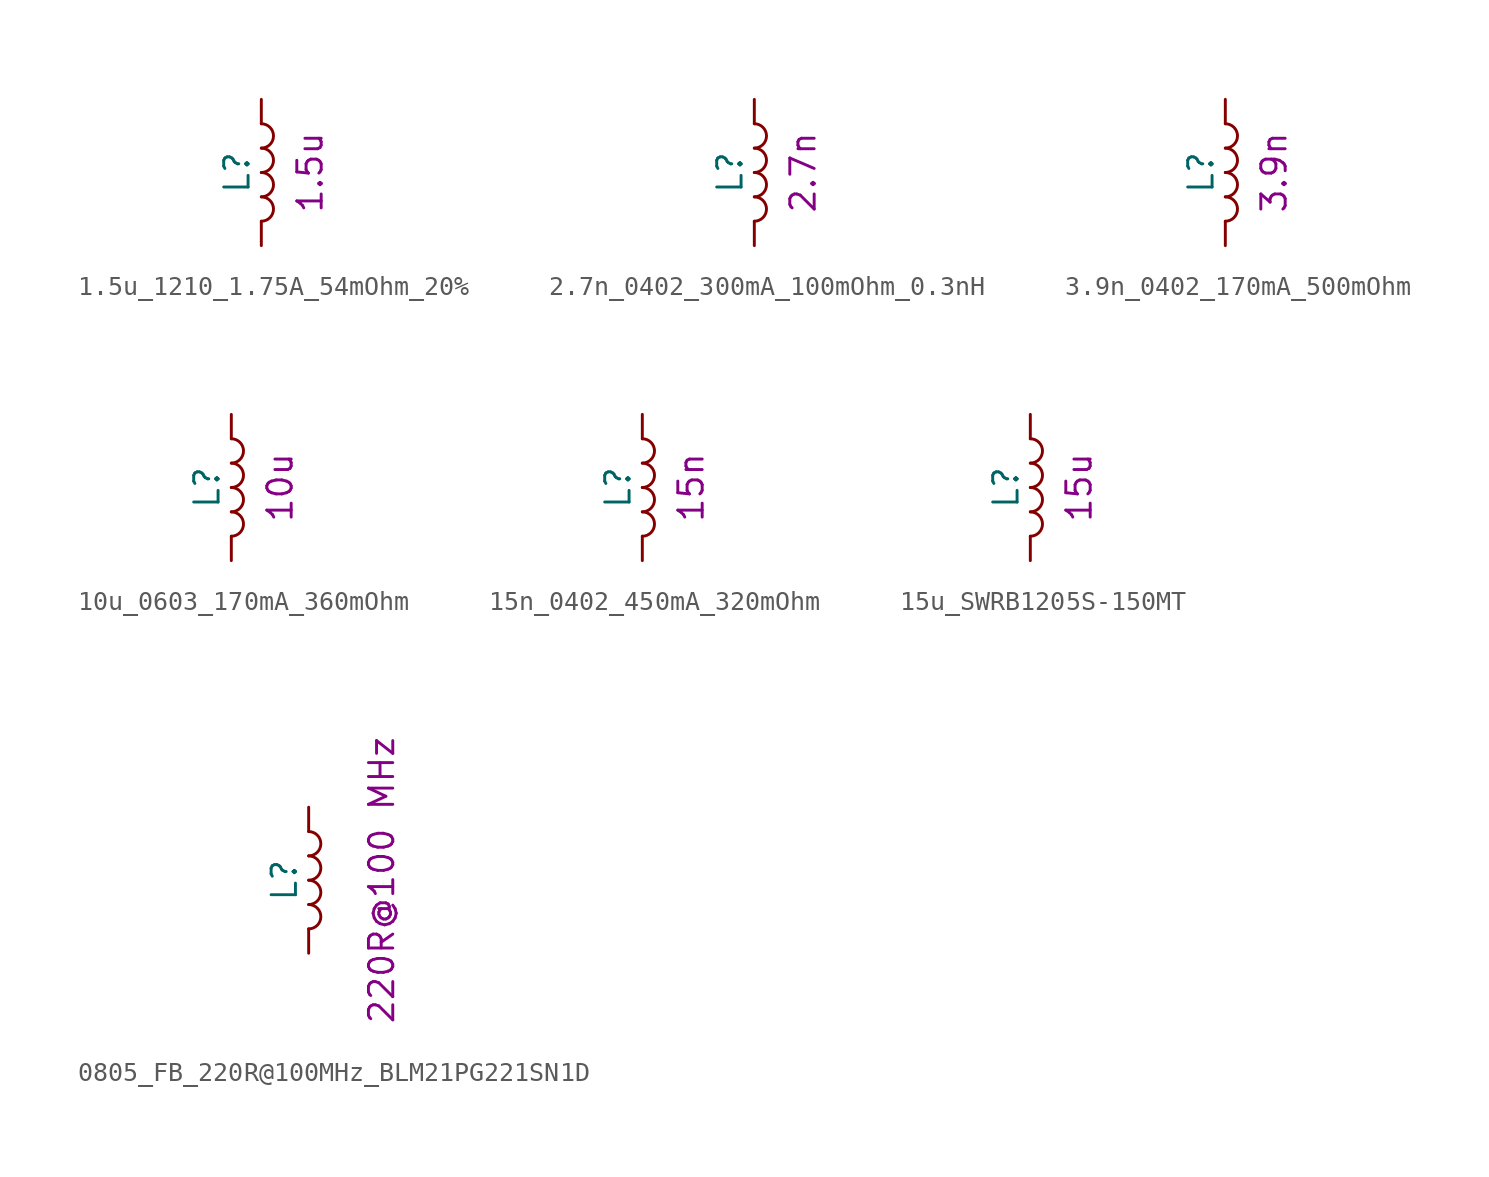
<source format=kicad_sym>
(kicad_symbol_lib
  (version 20211014)
  (generator kicad_symbol_editor)
  (symbol "1.5u_1210_1.75A_54mOhm_20%"
    (pin_numbers hide)
    (pin_names
      (offset 1.016) hide)
    (property "Reference" "L"
      (at -1.27 0 90)
      (effects (font (size 1.27 1.27))))
    (property "UserValue" "1.5u"
      (at 2.54 0 90)
      (effects (font (size 1.27 1.27))))
    (symbol "1.5u_1210_1.75A_54mOhm_20%_0_1"
      (arc (start 0 -2.54) (mid 0.635 -1.905) (end 0 -1.27) (stroke (width 0) (type default) (color 0 0 0 0)) (fill (type none)))
      (arc (start 0 -1.27) (mid 0.635 -0.635) (end 0 0) (stroke (width 0) (type default) (color 0 0 0 0)) (fill (type none)))
      (arc (start 0 0) (mid 0.635 0.635) (end 0 1.27) (stroke (width 0) (type default) (color 0 0 0 0)) (fill (type none)))
      (arc (start 0 1.27) (mid 0.635 1.905) (end 0 2.54) (stroke (width 0) (type default) (color 0 0 0 0)) (fill (type none))))
    (symbol "1.5u_1210_1.75A_54mOhm_20%_1_1"
      (pin passive line (at 0 3.81 270) (length 1.27) (name "1" (effects (font (size 1.27 1.27)))) (number "1" (effects (font (size 1.27 1.27)))))
      (pin passive line (at 0 -3.81 90) (length 1.27) (name "2" (effects (font (size 1.27 1.27)))) (number "2" (effects (font (size 1.27 1.27)))))))
  (symbol "2.7n_0402_300mA_100mOhm_0.3nH"
    (pin_numbers hide)
    (pin_names
      (offset 1.016) hide)
    (property "Reference" "L"
      (at -1.27 0 90)
      (effects (font (size 1.27 1.27))))
    (property "UserValue" "2.7n"
      (at 2.54 0 90)
      (effects (font (size 1.27 1.27))))
    (symbol "2.7n_0402_300mA_100mOhm_0.3nH_0_1"
      (arc (start 0 -2.54) (mid 0.635 -1.905) (end 0 -1.27) (stroke (width 0) (type default) (color 0 0 0 0)) (fill (type none)))
      (arc (start 0 -1.27) (mid 0.635 -0.635) (end 0 0) (stroke (width 0) (type default) (color 0 0 0 0)) (fill (type none)))
      (arc (start 0 0) (mid 0.635 0.635) (end 0 1.27) (stroke (width 0) (type default) (color 0 0 0 0)) (fill (type none)))
      (arc (start 0 1.27) (mid 0.635 1.905) (end 0 2.54) (stroke (width 0) (type default) (color 0 0 0 0)) (fill (type none))))
    (symbol "2.7n_0402_300mA_100mOhm_0.3nH_1_1"
      (pin passive line (at 0 3.81 270) (length 1.27) (name "1" (effects (font (size 1.27 1.27)))) (number "1" (effects (font (size 1.27 1.27)))))
      (pin passive line (at 0 -3.81 90) (length 1.27) (name "2" (effects (font (size 1.27 1.27)))) (number "2" (effects (font (size 1.27 1.27)))))))
  (symbol "3.9n_0402_170mA_500mOhm"
    (pin_numbers hide)
    (pin_names
      (offset 1.016) hide)
    (property "Reference" "L"
      (at -1.27 0 90)
      (effects (font (size 1.27 1.27))))
    (property "UserValue" "3.9n"
      (at 2.54 0 90)
      (effects (font (size 1.27 1.27))))
    (symbol "3.9n_0402_170mA_500mOhm_0_1"
      (arc (start 0 -2.54) (mid 0.635 -1.905) (end 0 -1.27) (stroke (width 0) (type default) (color 0 0 0 0)) (fill (type none)))
      (arc (start 0 -1.27) (mid 0.635 -0.635) (end 0 0) (stroke (width 0) (type default) (color 0 0 0 0)) (fill (type none)))
      (arc (start 0 0) (mid 0.635 0.635) (end 0 1.27) (stroke (width 0) (type default) (color 0 0 0 0)) (fill (type none)))
      (arc (start 0 1.27) (mid 0.635 1.905) (end 0 2.54) (stroke (width 0) (type default) (color 0 0 0 0)) (fill (type none))))
    (symbol "3.9n_0402_170mA_500mOhm_1_1"
      (pin passive line (at 0 3.81 270) (length 1.27) (name "1" (effects (font (size 1.27 1.27)))) (number "1" (effects (font (size 1.27 1.27)))))
      (pin passive line (at 0 -3.81 90) (length 1.27) (name "2" (effects (font (size 1.27 1.27)))) (number "2" (effects (font (size 1.27 1.27)))))))
  (symbol "10u_0603_170mA_360mOhm"
    (pin_numbers hide)
    (pin_names
      (offset 1.016) hide)
    (property "Reference" "L"
      (at -1.27 0 90)
      (effects (font (size 1.27 1.27))))
    (property "UserValue" "10u"
      (at 2.54 0 90)
      (effects (font (size 1.27 1.27))))
    (symbol "10u_0603_170mA_360mOhm_0_1"
      (arc (start 0 -2.54) (mid 0.635 -1.905) (end 0 -1.27) (stroke (width 0) (type default) (color 0 0 0 0)) (fill (type none)))
      (arc (start 0 -1.27) (mid 0.635 -0.635) (end 0 0) (stroke (width 0) (type default) (color 0 0 0 0)) (fill (type none)))
      (arc (start 0 0) (mid 0.635 0.635) (end 0 1.27) (stroke (width 0) (type default) (color 0 0 0 0)) (fill (type none)))
      (arc (start 0 1.27) (mid 0.635 1.905) (end 0 2.54) (stroke (width 0) (type default) (color 0 0 0 0)) (fill (type none))))
    (symbol "10u_0603_170mA_360mOhm_1_1"
      (pin passive line (at 0 3.81 270) (length 1.27) (name "1" (effects (font (size 1.27 1.27)))) (number "1" (effects (font (size 1.27 1.27)))))
      (pin passive line (at 0 -3.81 90) (length 1.27) (name "2" (effects (font (size 1.27 1.27)))) (number "2" (effects (font (size 1.27 1.27)))))))
  (symbol "15n_0402_450mA_320mOhm"
    (pin_numbers hide)
    (pin_names
      (offset 1.016) hide)
    (property "Reference" "L"
      (at -1.27 0 90)
      (effects (font (size 1.27 1.27))))
    (property "UserValue" "15n"
      (at 2.54 0 90)
      (effects (font (size 1.27 1.27))))
    (symbol "15n_0402_450mA_320mOhm_0_1"
      (arc (start 0 -2.54) (mid 0.635 -1.905) (end 0 -1.27) (stroke (width 0) (type default) (color 0 0 0 0)) (fill (type none)))
      (arc (start 0 -1.27) (mid 0.635 -0.635) (end 0 0) (stroke (width 0) (type default) (color 0 0 0 0)) (fill (type none)))
      (arc (start 0 0) (mid 0.635 0.635) (end 0 1.27) (stroke (width 0) (type default) (color 0 0 0 0)) (fill (type none)))
      (arc (start 0 1.27) (mid 0.635 1.905) (end 0 2.54) (stroke (width 0) (type default) (color 0 0 0 0)) (fill (type none))))
    (symbol "15n_0402_450mA_320mOhm_1_1"
      (pin passive line (at 0 3.81 270) (length 1.27) (name "1" (effects (font (size 1.27 1.27)))) (number "1" (effects (font (size 1.27 1.27)))))
      (pin passive line (at 0 -3.81 90) (length 1.27) (name "2" (effects (font (size 1.27 1.27)))) (number "2" (effects (font (size 1.27 1.27)))))))
  (symbol "15u_SWRB1205S-150MT"
    (pin_numbers hide)
    (pin_names
      (offset 1.016) hide)
    (property "Reference" "L"
      (at -1.27 0 90)
      (effects (font (size 1.27 1.27))))
    (property "UserValue" "15u"
      (at 2.54 0 90)
      (effects (font (size 1.27 1.27))))
    (symbol "15u_SWRB1205S-150MT_0_1"
      (arc (start 0 -2.54) (mid 0.635 -1.905) (end 0 -1.27) (stroke (width 0) (type default) (color 0 0 0 0)) (fill (type none)))
      (arc (start 0 -1.27) (mid 0.635 -0.635) (end 0 0) (stroke (width 0) (type default) (color 0 0 0 0)) (fill (type none)))
      (arc (start 0 0) (mid 0.635 0.635) (end 0 1.27) (stroke (width 0) (type default) (color 0 0 0 0)) (fill (type none)))
      (arc (start 0 1.27) (mid 0.635 1.905) (end 0 2.54) (stroke (width 0) (type default) (color 0 0 0 0)) (fill (type none))))
    (symbol "15u_SWRB1205S-150MT_1_1"
      (pin passive line (at 0 3.81 270) (length 1.27) (name "1" (effects (font (size 1.27 1.27)))) (number "1" (effects (font (size 1.27 1.27)))))
      (pin passive line (at 0 -3.81 90) (length 1.27) (name "2" (effects (font (size 1.27 1.27)))) (number "2" (effects (font (size 1.27 1.27)))))))
  (symbol "0805_FB_220R@100MHz_BLM21PG221SN1D"
    (pin_numbers hide)
    (pin_names
      (offset 1.016) hide)
    (property "Reference" "L"
      (at -1.27 0 90)
      (effects (font (size 1.27 1.27))))
    (property "UserValue" "220R@100 MHz"
      (at 3.81 0 90)
      (effects (font (size 1.27 1.27))))
    (symbol "0805_FB_220R@100MHz_BLM21PG221SN1D_0_1"
      (arc (start 0 -2.54) (mid 0.635 -1.905) (end 0 -1.27) (stroke (width 0) (type default) (color 0 0 0 0)) (fill (type none)))
      (arc (start 0 -1.27) (mid 0.635 -0.635) (end 0 0) (stroke (width 0) (type default) (color 0 0 0 0)) (fill (type none)))
      (arc (start 0 0) (mid 0.635 0.635) (end 0 1.27) (stroke (width 0) (type default) (color 0 0 0 0)) (fill (type none)))
      (arc (start 0 1.27) (mid 0.635 1.905) (end 0 2.54) (stroke (width 0) (type default) (color 0 0 0 0)) (fill (type none))))
    (symbol "0805_FB_220R@100MHz_BLM21PG221SN1D_1_1"
      (pin passive line (at 0 3.81 270) (length 1.27) (name "1" (effects (font (size 1.27 1.27)))) (number "1" (effects (font (size 1.27 1.27)))))
      (pin passive line (at 0 -3.81 90) (length 1.27) (name "2" (effects (font (size 1.27 1.27)))) (number "2" (effects (font (size 1.27 1.27))))))))
</source>
